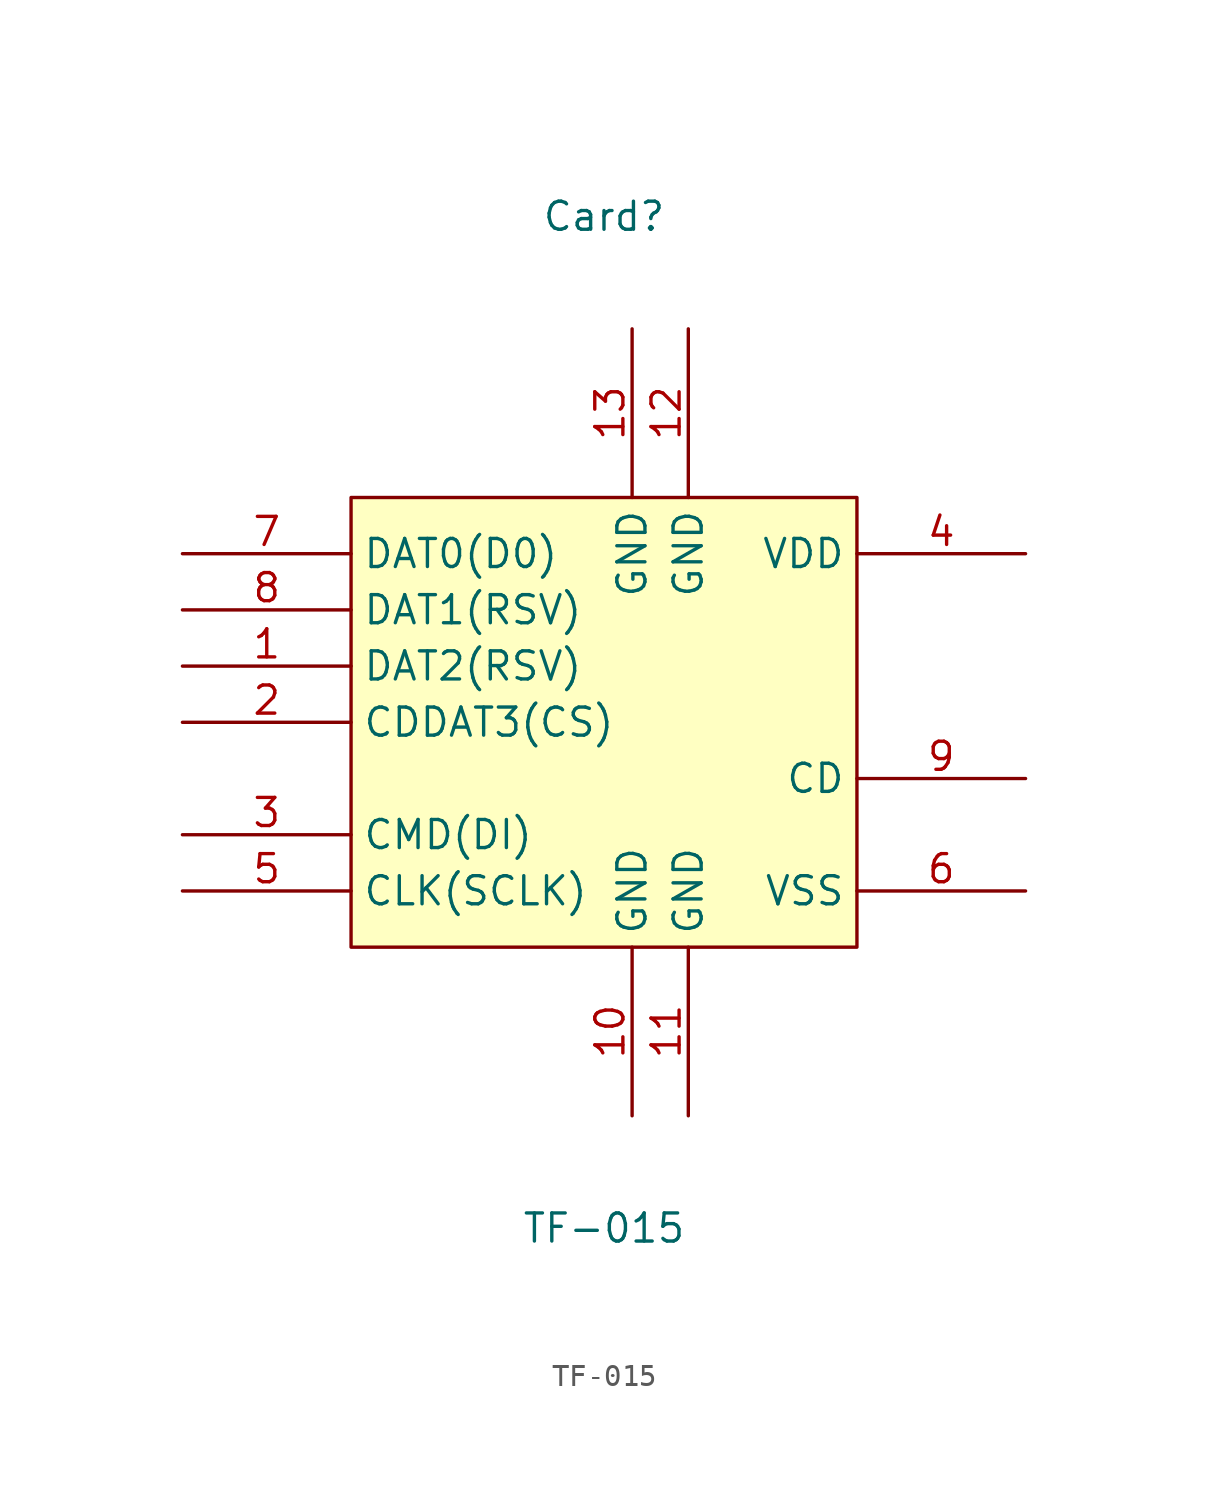
<source format=kicad_sym>
(kicad_symbol_lib
  (version 20211014)
  (generator https://github.com/uPesy/easyeda2kicad.py)
  (symbol "TF-015"
    (property "Reference" "Card"
      (at 0 22.86 0)
      (effects (font (size 1.27 1.27))))
    (property "Value" "TF-015"
      (at 0 -22.86 0)
      (effects (font (size 1.27 1.27))))
    (symbol "TF-015_0_1"
      (rectangle (start -11.43 10.16) (end 11.43 -10.16) (stroke (width 0) (type default) (color 0 0 0 0)) (fill (type background)))
      (pin bidirectional line (at -19.05 2.54 0) (length 7.62) (name "DAT2(RSV)" (effects (font (size 1.27 1.27)))) (number "1" (effects (font (size 1.27 1.27)))))
      (pin bidirectional line (at -19.05 -0.00 0) (length 7.62) (name "CDDAT3(CS)" (effects (font (size 1.27 1.27)))) (number "2" (effects (font (size 1.27 1.27)))))
      (pin input line (at -19.05 -5.08 0) (length 7.62) (name "CMD(DI)" (effects (font (size 1.27 1.27)))) (number "3" (effects (font (size 1.27 1.27)))))
      (pin input line (at 19.05 7.62 180) (length 7.62) (name "VDD" (effects (font (size 1.27 1.27)))) (number "4" (effects (font (size 1.27 1.27)))))
      (pin input line (at -19.05 -7.62 0) (length 7.62) (name "CLK(SCLK)" (effects (font (size 1.27 1.27)))) (number "5" (effects (font (size 1.27 1.27)))))
      (pin input line (at 19.05 -7.62 180) (length 7.62) (name "VSS" (effects (font (size 1.27 1.27)))) (number "6" (effects (font (size 1.27 1.27)))))
      (pin bidirectional line (at -19.05 7.62 0) (length 7.62) (name "DAT0(D0)" (effects (font (size 1.27 1.27)))) (number "7" (effects (font (size 1.27 1.27)))))
      (pin bidirectional line (at -19.05 5.08 0) (length 7.62) (name "DAT1(RSV)" (effects (font (size 1.27 1.27)))) (number "8" (effects (font (size 1.27 1.27)))))
      (pin input line (at 1.27 17.78 270) (length 7.62) (name "GND" (effects (font (size 1.27 1.27)))) (number "13" (effects (font (size 1.27 1.27)))))
      (pin input line (at 1.27 -17.78 90) (length 7.62) (name "GND" (effects (font (size 1.27 1.27)))) (number "10" (effects (font (size 1.27 1.27)))))
      (pin input line (at 3.81 -17.78 90) (length 7.62) (name "GND" (effects (font (size 1.27 1.27)))) (number "11" (effects (font (size 1.27 1.27)))))
      (pin input line (at 3.81 17.78 270) (length 7.62) (name "GND" (effects (font (size 1.27 1.27)))) (number "12" (effects (font (size 1.27 1.27)))))
      (pin input line (at 19.05 -2.54 180) (length 7.62) (name "CD" (effects (font (size 1.27 1.27)))) (number "9" (effects (font (size 1.27 1.27))))))))
</source>
